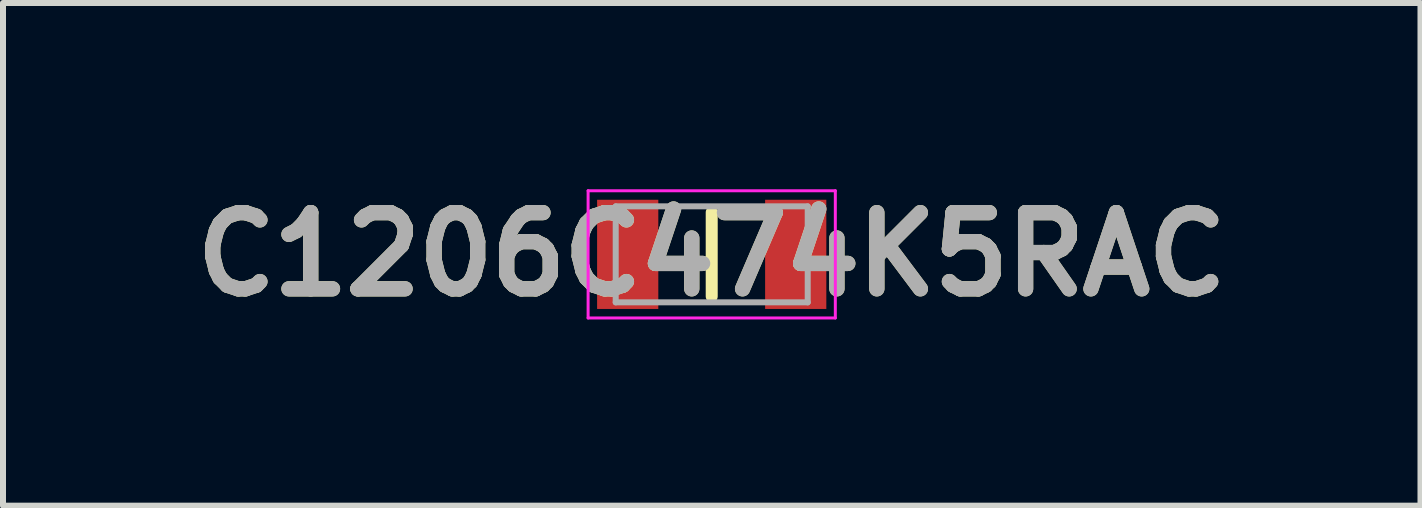
<source format=kicad_pcb>
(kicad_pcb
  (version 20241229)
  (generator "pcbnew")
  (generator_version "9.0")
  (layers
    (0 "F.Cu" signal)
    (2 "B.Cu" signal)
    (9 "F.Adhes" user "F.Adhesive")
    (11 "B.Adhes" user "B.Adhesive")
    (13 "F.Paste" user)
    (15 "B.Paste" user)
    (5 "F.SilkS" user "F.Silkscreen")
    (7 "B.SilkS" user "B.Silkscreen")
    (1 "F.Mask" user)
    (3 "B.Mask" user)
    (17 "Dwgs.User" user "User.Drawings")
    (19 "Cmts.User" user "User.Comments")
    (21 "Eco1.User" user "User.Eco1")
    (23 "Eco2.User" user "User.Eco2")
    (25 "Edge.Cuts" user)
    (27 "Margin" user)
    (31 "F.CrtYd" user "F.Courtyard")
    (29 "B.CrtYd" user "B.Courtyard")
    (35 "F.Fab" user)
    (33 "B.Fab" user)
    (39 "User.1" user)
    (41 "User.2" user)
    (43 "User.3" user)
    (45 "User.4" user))
  (footprint "C1206C474K5RAC"
    (layer "F.Cu")
    (at 8.811 1.189)
    (property "Reference" "C1206C474K5RAC" (at 0 0 0) (layer "F.SilkS") (effects (font (size 1.27 1.27) (thickness 0.254))))
    (attr smd)
    (fp_line (start 0 -0.7) (end 0 0.7) (stroke (width 0.2) (type solid)) (layer "F.SilkS"))
    (fp_line (start -2.06 -1.06) (end 2.06 -1.06) (stroke (width 0.05) (type solid)) (layer "F.CrtYd"))
    (fp_line (start -2.06 1.06) (end -2.06 -1.06) (stroke (width 0.05) (type solid)) (layer "F.CrtYd"))
    (fp_line (start 2.06 -1.06) (end 2.06 1.06) (stroke (width 0.05) (type solid)) (layer "F.CrtYd"))
    (fp_line (start 2.06 1.06) (end -2.06 1.06) (stroke (width 0.05) (type solid)) (layer "F.CrtYd"))
    (fp_line (start -1.6 -0.8) (end 1.6 -0.8) (stroke (width 0.1) (type solid)) (layer "F.Fab"))
    (fp_line (start -1.6 0.8) (end -1.6 -0.8) (stroke (width 0.1) (type solid)) (layer "F.Fab"))
    (fp_line (start 1.6 -0.8) (end 1.6 0.8) (stroke (width 0.1) (type solid)) (layer "F.Fab"))
    (fp_line (start 1.6 0.8) (end -1.6 0.8) (stroke (width 0.1) (type solid)) (layer "F.Fab"))
    (fp_text user "${REFERENCE}" (at 0 0 0) (layer "F.Fab") (effects (font (size 1.27 1.27) (thickness 0.254))))
    (pad "1" smd rect (at -1.4 0) (size 1.02 1.82) (layers "F.Cu" "F.Mask" "F.Paste"))
    (pad "2" smd rect (at 1.4 0) (size 1.02 1.82) (layers "F.Cu" "F.Mask" "F.Paste")))
  (gr_rect
    (start -3 -3)
    (end 20.623 5.377)
    (stroke (width 0.1) (type default))
    (fill no)
    (layer "Edge.Cuts")))
</source>
